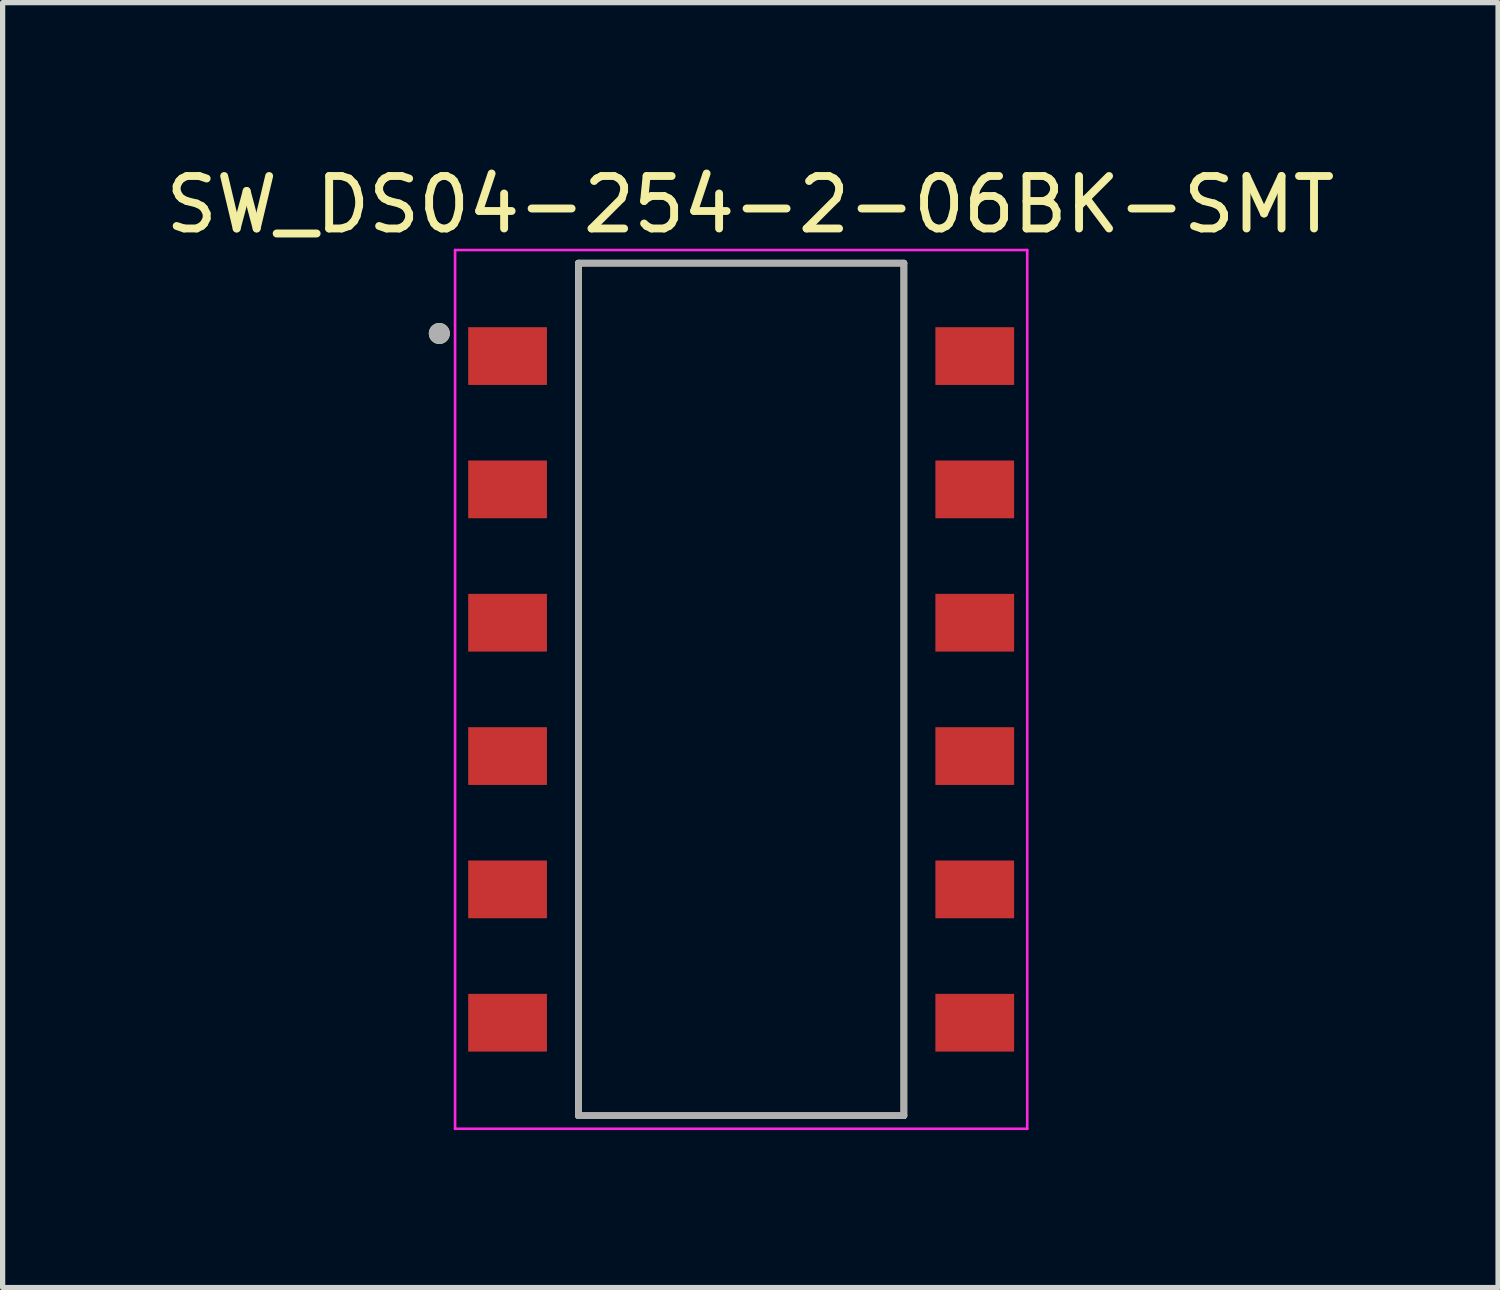
<source format=kicad_pcb>
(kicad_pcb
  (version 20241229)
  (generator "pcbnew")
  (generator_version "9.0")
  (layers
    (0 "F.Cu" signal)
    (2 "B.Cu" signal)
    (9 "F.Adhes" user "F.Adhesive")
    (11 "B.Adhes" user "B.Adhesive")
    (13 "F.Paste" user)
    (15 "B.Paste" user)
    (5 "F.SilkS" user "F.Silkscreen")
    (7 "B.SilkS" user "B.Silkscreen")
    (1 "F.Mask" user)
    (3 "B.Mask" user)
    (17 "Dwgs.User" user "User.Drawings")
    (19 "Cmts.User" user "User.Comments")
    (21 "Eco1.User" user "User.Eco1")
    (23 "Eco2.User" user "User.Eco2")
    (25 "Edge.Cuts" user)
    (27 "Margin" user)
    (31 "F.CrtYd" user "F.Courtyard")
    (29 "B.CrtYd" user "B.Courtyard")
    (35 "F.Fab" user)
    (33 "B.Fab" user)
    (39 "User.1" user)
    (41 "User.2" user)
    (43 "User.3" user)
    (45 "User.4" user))
  (footprint "SW_DS04-254-2-06BK-SMT"
    (layer "F.Cu")
    (at 11.069 10.083)
    (property "Reference" "SW_DS04-254-2-06BK-SMT" (at 0.175 -9.235 0) (layer "F.SilkS") (effects (font (size 1 1) (thickness 0.15))))
    (attr smd)
    (fp_line (start -3.1 -8.12) (end 3.1 -8.12) (stroke (width 0.127) (type solid)) (layer "F.SilkS"))
    (fp_line (start -3.1 8.12) (end -3.1 -8.12) (stroke (width 0.127) (type solid)) (layer "F.SilkS"))
    (fp_line (start 3.1 -8.12) (end 3.1 8.12) (stroke (width 0.127) (type solid)) (layer "F.SilkS"))
    (fp_line (start 3.1 8.12) (end -3.1 8.12) (stroke (width 0.127) (type solid)) (layer "F.SilkS"))
    (fp_circle (center -5.75 -6.78) (end -5.65 -6.78) (stroke (width 0.2) (type solid)) (fill no) (layer "F.SilkS"))
    (fp_line (start -5.45 -8.37) (end -5.45 8.37) (stroke (width 0.05) (type solid)) (layer "F.CrtYd"))
    (fp_line (start -5.45 8.37) (end 5.45 8.37) (stroke (width 0.05) (type solid)) (layer "F.CrtYd"))
    (fp_line (start 5.45 -8.37) (end -5.45 -8.37) (stroke (width 0.05) (type solid)) (layer "F.CrtYd"))
    (fp_line (start 5.45 8.37) (end 5.45 -8.37) (stroke (width 0.05) (type solid)) (layer "F.CrtYd"))
    (fp_line (start -3.1 -8.12) (end 3.1 -8.12) (stroke (width 0.127) (type solid)) (layer "F.Fab"))
    (fp_line (start -3.1 8.12) (end -3.1 -8.12) (stroke (width 0.127) (type solid)) (layer "F.Fab"))
    (fp_line (start 3.1 -8.12) (end 3.1 8.12) (stroke (width 0.127) (type solid)) (layer "F.Fab"))
    (fp_line (start 3.1 8.12) (end -3.1 8.12) (stroke (width 0.127) (type solid)) (layer "F.Fab"))
    (fp_circle (center -5.75 -6.78) (end -5.65 -6.78) (stroke (width 0.2) (type solid)) (fill no) (layer "F.Fab"))
    (pad "1A" smd rect (at -4.45 -6.35) (size 1.5 1.1) (layers "F.Cu" "F.Mask" "F.Paste"))
    (pad "1B" smd rect (at 4.45 -6.35) (size 1.5 1.1) (layers "F.Cu" "F.Mask" "F.Paste"))
    (pad "2A" smd rect (at -4.45 -3.81) (size 1.5 1.1) (layers "F.Cu" "F.Mask" "F.Paste"))
    (pad "2B" smd rect (at 4.45 -3.81) (size 1.5 1.1) (layers "F.Cu" "F.Mask" "F.Paste"))
    (pad "3A" smd rect (at -4.45 -1.27) (size 1.5 1.1) (layers "F.Cu" "F.Mask" "F.Paste"))
    (pad "3B" smd rect (at 4.45 -1.27) (size 1.5 1.1) (layers "F.Cu" "F.Mask" "F.Paste"))
    (pad "4A" smd rect (at -4.45 1.27) (size 1.5 1.1) (layers "F.Cu" "F.Mask" "F.Paste"))
    (pad "4B" smd rect (at 4.45 1.27) (size 1.5 1.1) (layers "F.Cu" "F.Mask" "F.Paste"))
    (pad "5A" smd rect (at -4.45 3.81) (size 1.5 1.1) (layers "F.Cu" "F.Mask" "F.Paste"))
    (pad "5B" smd rect (at 4.45 3.81) (size 1.5 1.1) (layers "F.Cu" "F.Mask" "F.Paste"))
    (pad "6A" smd rect (at -4.45 6.35) (size 1.5 1.1) (layers "F.Cu" "F.Mask" "F.Paste"))
    (pad "6B" smd rect (at 4.45 6.35) (size 1.5 1.1) (layers "F.Cu" "F.Mask" "F.Paste")))
  (gr_rect
    (start -3 -3)
    (end 25.488 21.478)
    (stroke (width 0.1) (type default))
    (fill no)
    (layer "Edge.Cuts")))
</source>
